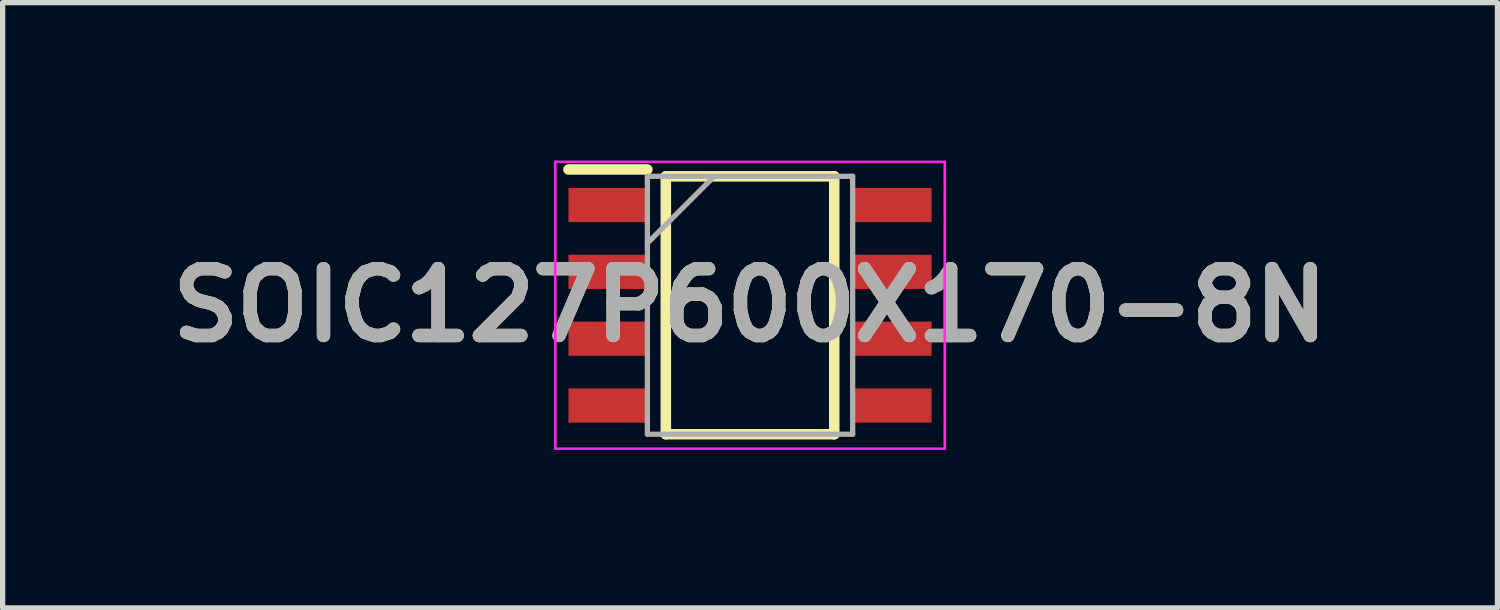
<source format=kicad_pcb>
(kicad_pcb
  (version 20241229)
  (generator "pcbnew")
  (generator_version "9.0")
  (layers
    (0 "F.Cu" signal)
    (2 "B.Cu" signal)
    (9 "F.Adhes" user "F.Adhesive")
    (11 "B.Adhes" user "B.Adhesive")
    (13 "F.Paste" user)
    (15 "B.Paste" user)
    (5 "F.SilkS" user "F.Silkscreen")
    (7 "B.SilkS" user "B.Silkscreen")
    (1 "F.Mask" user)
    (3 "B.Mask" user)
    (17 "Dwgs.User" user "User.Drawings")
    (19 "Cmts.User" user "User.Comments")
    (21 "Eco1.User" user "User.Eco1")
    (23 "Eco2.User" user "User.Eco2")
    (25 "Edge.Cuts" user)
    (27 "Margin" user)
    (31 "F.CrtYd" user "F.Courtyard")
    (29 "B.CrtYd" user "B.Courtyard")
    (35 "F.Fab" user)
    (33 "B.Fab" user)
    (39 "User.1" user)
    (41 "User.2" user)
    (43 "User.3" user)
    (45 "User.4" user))
  (footprint "SOIC127P600X170-8N"
    (layer "F.Cu")
    (at 11.2 2.75)
    (property "Reference" "SOIC127P600X170-8N" (at 0 0 0) (layer "F.SilkS") (effects (font (size 1.27 1.27) (thickness 0.254))))
    (attr smd)
    (fp_line (start -3.45 -2.58) (end -1.95 -2.58) (stroke (width 0.2) (type solid)) (layer "F.SilkS"))
    (fp_line (start -1.6 -2.45) (end 1.6 -2.45) (stroke (width 0.2) (type solid)) (layer "F.SilkS"))
    (fp_line (start -1.6 2.45) (end -1.6 -2.45) (stroke (width 0.2) (type solid)) (layer "F.SilkS"))
    (fp_line (start 1.6 -2.45) (end 1.6 2.45) (stroke (width 0.2) (type solid)) (layer "F.SilkS"))
    (fp_line (start 1.6 2.45) (end -1.6 2.45) (stroke (width 0.2) (type solid)) (layer "F.SilkS"))
    (fp_line (start -3.7 -2.725) (end 3.7 -2.725) (stroke (width 0.05) (type solid)) (layer "F.CrtYd"))
    (fp_line (start -3.7 2.725) (end -3.7 -2.725) (stroke (width 0.05) (type solid)) (layer "F.CrtYd"))
    (fp_line (start 3.7 -2.725) (end 3.7 2.725) (stroke (width 0.05) (type solid)) (layer "F.CrtYd"))
    (fp_line (start 3.7 2.725) (end -3.7 2.725) (stroke (width 0.05) (type solid)) (layer "F.CrtYd"))
    (fp_line (start -1.95 -2.45) (end 1.95 -2.45) (stroke (width 0.1) (type solid)) (layer "F.Fab"))
    (fp_line (start -1.95 -1.18) (end -0.68 -2.45) (stroke (width 0.1) (type solid)) (layer "F.Fab"))
    (fp_line (start -1.95 2.45) (end -1.95 -2.45) (stroke (width 0.1) (type solid)) (layer "F.Fab"))
    (fp_line (start 1.95 -2.45) (end 1.95 2.45) (stroke (width 0.1) (type solid)) (layer "F.Fab"))
    (fp_line (start 1.95 2.45) (end -1.95 2.45) (stroke (width 0.1) (type solid)) (layer "F.Fab"))
    (fp_text user "${REFERENCE}" (at 0 0 0) (layer "F.Fab") (effects (font (size 1.27 1.27) (thickness 0.254))))
    (pad "1" smd rect (at -2.7 -1.905 90) (size 0.65 1.5) (layers "F.Cu" "F.Mask" "F.Paste"))
    (pad "2" smd rect (at -2.7 -0.635 90) (size 0.65 1.5) (layers "F.Cu" "F.Mask" "F.Paste"))
    (pad "3" smd rect (at -2.7 0.635 90) (size 0.65 1.5) (layers "F.Cu" "F.Mask" "F.Paste"))
    (pad "4" smd rect (at -2.7 1.905 90) (size 0.65 1.5) (layers "F.Cu" "F.Mask" "F.Paste"))
    (pad "5" smd rect (at 2.7 1.905 90) (size 0.65 1.5) (layers "F.Cu" "F.Mask" "F.Paste"))
    (pad "6" smd rect (at 2.7 0.635 90) (size 0.65 1.5) (layers "F.Cu" "F.Mask" "F.Paste"))
    (pad "7" smd rect (at 2.7 -0.635 90) (size 0.65 1.5) (layers "F.Cu" "F.Mask" "F.Paste"))
    (pad "8" smd rect (at 2.7 -1.905 90) (size 0.65 1.5) (layers "F.Cu" "F.Mask" "F.Paste")))
  (gr_rect
    (start -3 -3)
    (end 25.4 8.5)
    (stroke (width 0.1) (type default))
    (fill no)
    (layer "Edge.Cuts")))
</source>
